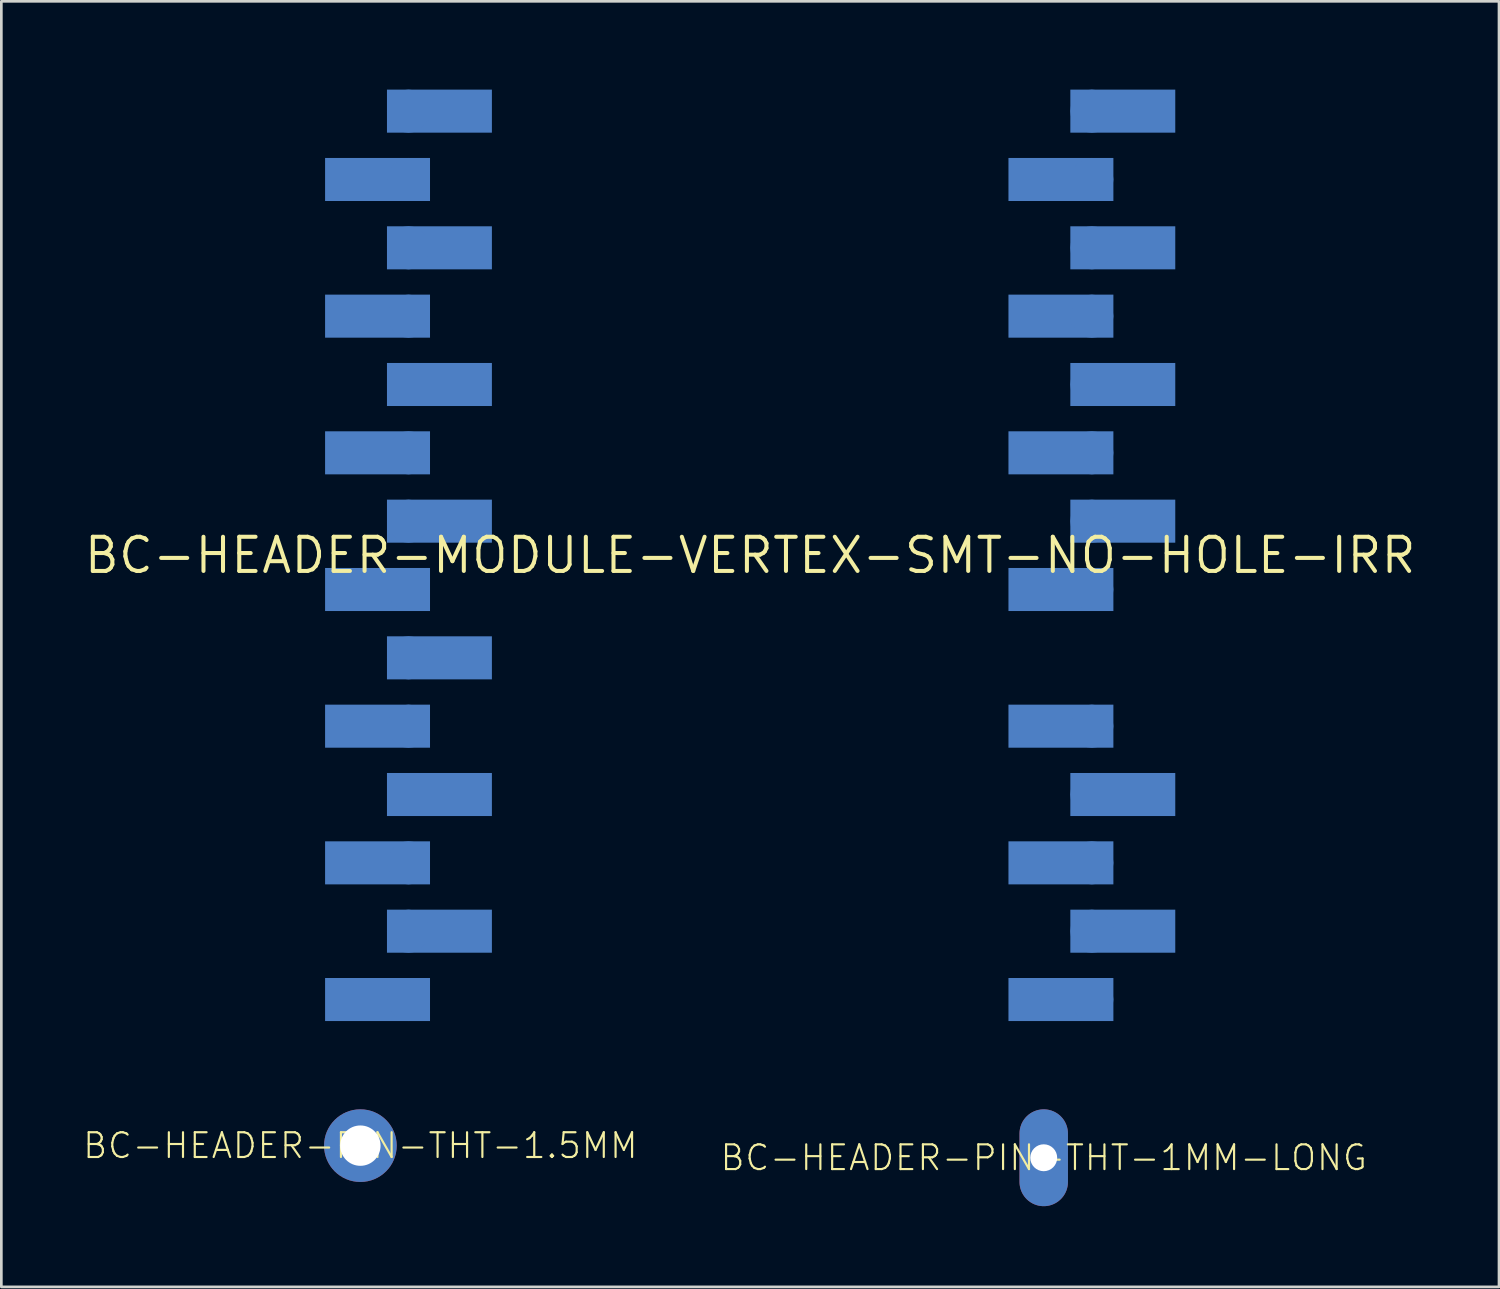
<source format=kicad_pcb>
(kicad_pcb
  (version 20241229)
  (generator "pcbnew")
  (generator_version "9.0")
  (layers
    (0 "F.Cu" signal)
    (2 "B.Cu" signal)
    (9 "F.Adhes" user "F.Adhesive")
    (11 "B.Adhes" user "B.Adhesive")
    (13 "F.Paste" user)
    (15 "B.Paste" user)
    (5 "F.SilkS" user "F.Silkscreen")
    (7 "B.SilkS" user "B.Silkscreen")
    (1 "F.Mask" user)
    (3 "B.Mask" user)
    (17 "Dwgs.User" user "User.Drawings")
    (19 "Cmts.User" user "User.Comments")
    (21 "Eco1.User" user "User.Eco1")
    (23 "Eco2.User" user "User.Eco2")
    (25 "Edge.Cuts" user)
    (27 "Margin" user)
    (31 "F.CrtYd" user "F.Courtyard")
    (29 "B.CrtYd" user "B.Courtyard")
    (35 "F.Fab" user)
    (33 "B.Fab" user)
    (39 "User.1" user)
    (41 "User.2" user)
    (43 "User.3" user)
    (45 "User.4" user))
  (footprint "BC-HEADER-MODULE-VERTEX-SMT-NO-HOLE-IRR"
    (layer "F.Cu")
    (at 24.833 17.591)
    (property "Reference" "BC-HEADER-MODULE-VERTEX-SMT-NO-HOLE-IRR" (at 0 0 0) (unlocked yes) (layer "F.SilkS") (effects (font (size 1.27 1.27) (thickness 0.15))))
    (fp_poly (pts (xy -11.9 -13.17) (xy -15.8 -13.17) (xy -15.8 -14.77) (xy -11.9 -14.77)) (stroke (width 0) (type default)) (fill yes) (layer "B.Cu"))
    (fp_poly (pts (xy -11.9 -8.09) (xy -15.8 -8.09) (xy -15.8 -9.69) (xy -11.9 -9.69)) (stroke (width 0) (type default)) (fill yes) (layer "B.Cu"))
    (fp_poly (pts (xy -11.9 -3.01) (xy -15.8 -3.01) (xy -15.8 -4.61) (xy -11.9 -4.61)) (stroke (width 0) (type default)) (fill yes) (layer "B.Cu"))
    (fp_poly (pts (xy -11.9 2.07) (xy -15.8 2.07) (xy -15.8 0.47) (xy -11.9 0.47)) (stroke (width 0) (type default)) (fill yes) (layer "B.Cu"))
    (fp_poly (pts (xy -11.9 7.15) (xy -15.8 7.15) (xy -15.8 5.55) (xy -11.9 5.55)) (stroke (width 0) (type default)) (fill yes) (layer "B.Cu"))
    (fp_poly (pts (xy -11.9 12.23) (xy -15.8 12.23) (xy -15.8 10.63) (xy -11.9 10.63)) (stroke (width 0) (type default)) (fill yes) (layer "B.Cu"))
    (fp_poly (pts (xy -11.9 17.31) (xy -15.8 17.31) (xy -15.8 15.71) (xy -11.9 15.71)) (stroke (width 0) (type default)) (fill yes) (layer "B.Cu"))
    (fp_poly (pts (xy -9.6 -15.71) (xy -13.5 -15.71) (xy -13.5 -17.31) (xy -9.6 -17.31)) (stroke (width 0) (type default)) (fill yes) (layer "B.Cu"))
    (fp_poly (pts (xy -9.6 -10.63) (xy -13.5 -10.63) (xy -13.5 -12.23) (xy -9.6 -12.23)) (stroke (width 0) (type default)) (fill yes) (layer "B.Cu"))
    (fp_poly (pts (xy -9.6 -5.55) (xy -13.5 -5.55) (xy -13.5 -7.15) (xy -9.6 -7.15)) (stroke (width 0) (type default)) (fill yes) (layer "B.Cu"))
    (fp_poly (pts (xy -9.6 -0.47) (xy -13.5 -0.47) (xy -13.5 -2.07) (xy -9.6 -2.07)) (stroke (width 0) (type default)) (fill yes) (layer "B.Cu"))
    (fp_poly (pts (xy -9.6 4.61) (xy -13.5 4.61) (xy -13.5 3.01) (xy -9.6 3.01)) (stroke (width 0) (type default)) (fill yes) (layer "B.Cu"))
    (fp_poly (pts (xy -9.6 9.69) (xy -13.5 9.69) (xy -13.5 8.09) (xy -9.6 8.09)) (stroke (width 0) (type default)) (fill yes) (layer "B.Cu"))
    (fp_poly (pts (xy -9.6 14.77) (xy -13.5 14.77) (xy -13.5 13.17) (xy -9.6 13.17)) (stroke (width 0) (type default)) (fill yes) (layer "B.Cu"))
    (fp_poly (pts (xy 13.5 -13.17) (xy 9.6 -13.17) (xy 9.6 -14.77) (xy 13.5 -14.77)) (stroke (width 0) (type default)) (fill yes) (layer "B.Cu"))
    (fp_poly (pts (xy 13.5 -8.09) (xy 9.6 -8.09) (xy 9.6 -9.69) (xy 13.5 -9.69)) (stroke (width 0) (type default)) (fill yes) (layer "B.Cu"))
    (fp_poly (pts (xy 13.5 -3.01) (xy 9.6 -3.01) (xy 9.6 -4.61) (xy 13.5 -4.61)) (stroke (width 0) (type default)) (fill yes) (layer "B.Cu"))
    (fp_poly (pts (xy 13.5 2.07) (xy 9.6 2.07) (xy 9.6 0.47) (xy 13.5 0.47)) (stroke (width 0) (type default)) (fill yes) (layer "B.Cu"))
    (fp_poly (pts (xy 13.5 7.15) (xy 9.6 7.15) (xy 9.6 5.55) (xy 13.5 5.55)) (stroke (width 0) (type default)) (fill yes) (layer "B.Cu"))
    (fp_poly (pts (xy 13.5 12.23) (xy 9.6 12.23) (xy 9.6 10.63) (xy 13.5 10.63)) (stroke (width 0) (type default)) (fill yes) (layer "B.Cu"))
    (fp_poly (pts (xy 13.5 17.31) (xy 9.6 17.31) (xy 9.6 15.71) (xy 13.5 15.71)) (stroke (width 0) (type default)) (fill yes) (layer "B.Cu"))
    (fp_poly (pts (xy 15.8 -15.71) (xy 11.9 -15.71) (xy 11.9 -17.31) (xy 15.8 -17.31)) (stroke (width 0) (type default)) (fill yes) (layer "B.Cu"))
    (fp_poly (pts (xy 15.8 -10.63) (xy 11.9 -10.63) (xy 11.9 -12.23) (xy 15.8 -12.23)) (stroke (width 0) (type default)) (fill yes) (layer "B.Cu"))
    (fp_poly (pts (xy 15.8 -5.55) (xy 11.9 -5.55) (xy 11.9 -7.15) (xy 15.8 -7.15)) (stroke (width 0) (type default)) (fill yes) (layer "B.Cu"))
    (fp_poly (pts (xy 15.8 -0.47) (xy 11.9 -0.47) (xy 11.9 -2.07) (xy 15.8 -2.07)) (stroke (width 0) (type default)) (fill yes) (layer "B.Cu"))
    (fp_poly (pts (xy 15.8 9.69) (xy 11.9 9.69) (xy 11.9 8.09) (xy 15.8 8.09)) (stroke (width 0) (type default)) (fill yes) (layer "B.Cu"))
    (fp_poly (pts (xy 15.8 14.77) (xy 11.9 14.77) (xy 11.9 13.17) (xy 15.8 13.17)) (stroke (width 0) (type default)) (fill yes) (layer "B.Cu"))
    (fp_poly (pts (xy -15.9 -13.07) (xy -11.8 -13.07) (xy -11.8 -14.87) (xy -15.9 -14.87)) (stroke (width 0) (type default)) (fill yes) (layer "B.Mask"))
    (fp_poly (pts (xy -15.9 -7.99) (xy -11.8 -7.99) (xy -11.8 -9.79) (xy -15.9 -9.79)) (stroke (width 0) (type default)) (fill yes) (layer "B.Mask"))
    (fp_poly (pts (xy -15.9 -2.91) (xy -11.8 -2.91) (xy -11.8 -4.71) (xy -15.9 -4.71)) (stroke (width 0) (type default)) (fill yes) (layer "B.Mask"))
    (fp_poly (pts (xy -15.9 2.17) (xy -11.8 2.17) (xy -11.8 0.37) (xy -15.9 0.37)) (stroke (width 0) (type default)) (fill yes) (layer "B.Mask"))
    (fp_poly (pts (xy -15.9 7.25) (xy -11.8 7.25) (xy -11.8 5.45) (xy -15.9 5.45)) (stroke (width 0) (type default)) (fill yes) (layer "B.Mask"))
    (fp_poly (pts (xy -15.9 12.33) (xy -11.8 12.33) (xy -11.8 10.53) (xy -15.9 10.53)) (stroke (width 0) (type default)) (fill yes) (layer "B.Mask"))
    (fp_poly (pts (xy -15.9 17.41) (xy -11.8 17.41) (xy -11.8 15.61) (xy -15.9 15.61)) (stroke (width 0) (type default)) (fill yes) (layer "B.Mask"))
    (fp_poly (pts (xy -9.5 -17.41) (xy -13.6 -17.41) (xy -13.6 -15.61) (xy -9.5 -15.61)) (stroke (width 0) (type default)) (fill yes) (layer "B.Mask"))
    (fp_poly (pts (xy -9.5 -12.33) (xy -13.6 -12.33) (xy -13.6 -10.53) (xy -9.5 -10.53)) (stroke (width 0) (type default)) (fill yes) (layer "B.Mask"))
    (fp_poly (pts (xy -9.5 -7.25) (xy -13.6 -7.25) (xy -13.6 -5.45) (xy -9.5 -5.45)) (stroke (width 0) (type default)) (fill yes) (layer "B.Mask"))
    (fp_poly (pts (xy -9.5 -2.17) (xy -13.6 -2.17) (xy -13.6 -0.37) (xy -9.5 -0.37)) (stroke (width 0) (type default)) (fill yes) (layer "B.Mask"))
    (fp_poly (pts (xy -9.5 2.91) (xy -13.6 2.91) (xy -13.6 4.71) (xy -9.5 4.71)) (stroke (width 0) (type default)) (fill yes) (layer "B.Mask"))
    (fp_poly (pts (xy -9.5 7.99) (xy -13.6 7.99) (xy -13.6 9.79) (xy -9.5 9.79)) (stroke (width 0) (type default)) (fill yes) (layer "B.Mask"))
    (fp_poly (pts (xy -9.5 13.07) (xy -13.6 13.07) (xy -13.6 14.87) (xy -9.5 14.87)) (stroke (width 0) (type default)) (fill yes) (layer "B.Mask"))
    (fp_poly (pts (xy 9.5 -13.07) (xy 13.6 -13.07) (xy 13.6 -14.87) (xy 9.5 -14.87)) (stroke (width 0) (type default)) (fill yes) (layer "B.Mask"))
    (fp_poly (pts (xy 9.5 -7.99) (xy 13.6 -7.99) (xy 13.6 -9.79) (xy 9.5 -9.79)) (stroke (width 0) (type default)) (fill yes) (layer "B.Mask"))
    (fp_poly (pts (xy 9.5 -2.91) (xy 13.6 -2.91) (xy 13.6 -4.71) (xy 9.5 -4.71)) (stroke (width 0) (type default)) (fill yes) (layer "B.Mask"))
    (fp_poly (pts (xy 9.5 2.17) (xy 13.6 2.17) (xy 13.6 0.37) (xy 9.5 0.37)) (stroke (width 0) (type default)) (fill yes) (layer "B.Mask"))
    (fp_poly (pts (xy 9.5 7.25) (xy 13.6 7.25) (xy 13.6 5.45) (xy 9.5 5.45)) (stroke (width 0) (type default)) (fill yes) (layer "B.Mask"))
    (fp_poly (pts (xy 9.5 12.33) (xy 13.6 12.33) (xy 13.6 10.53) (xy 9.5 10.53)) (stroke (width 0) (type default)) (fill yes) (layer "B.Mask"))
    (fp_poly (pts (xy 9.5 17.41) (xy 13.6 17.41) (xy 13.6 15.61) (xy 9.5 15.61)) (stroke (width 0) (type default)) (fill yes) (layer "B.Mask"))
    (fp_poly (pts (xy 15.9 -17.41) (xy 11.8 -17.41) (xy 11.8 -15.61) (xy 15.9 -15.61)) (stroke (width 0) (type default)) (fill yes) (layer "B.Mask"))
    (fp_poly (pts (xy 15.9 -12.33) (xy 11.8 -12.33) (xy 11.8 -10.53) (xy 15.9 -10.53)) (stroke (width 0) (type default)) (fill yes) (layer "B.Mask"))
    (fp_poly (pts (xy 15.9 -7.25) (xy 11.8 -7.25) (xy 11.8 -5.45) (xy 15.9 -5.45)) (stroke (width 0) (type default)) (fill yes) (layer "B.Mask"))
    (fp_poly (pts (xy 15.9 -2.17) (xy 11.8 -2.17) (xy 11.8 -0.37) (xy 15.9 -0.37)) (stroke (width 0) (type default)) (fill yes) (layer "B.Mask"))
    (fp_poly (pts (xy 15.9 7.99) (xy 11.8 7.99) (xy 11.8 9.79) (xy 15.9 9.79)) (stroke (width 0) (type default)) (fill yes) (layer "B.Mask"))
    (fp_poly (pts (xy 15.9 13.07) (xy 11.8 13.07) (xy 11.8 14.87) (xy 15.9 14.87)) (stroke (width 0) (type default)) (fill yes) (layer "B.Mask"))
    (fp_poly (pts (xy -15.899 -12.889) (xy -11.802 -12.889) (xy -11.802 -15.051) (xy -15.899 -15.051)) (stroke (width 0) (type default)) (fill yes) (layer "B.Paste"))
    (fp_poly (pts (xy -15.899 -7.809) (xy -11.802 -7.809) (xy -11.802 -9.971) (xy -15.899 -9.971)) (stroke (width 0) (type default)) (fill yes) (layer "B.Paste"))
    (fp_poly (pts (xy -15.899 -2.729) (xy -11.802 -2.729) (xy -11.802 -4.891) (xy -15.899 -4.891)) (stroke (width 0) (type default)) (fill yes) (layer "B.Paste"))
    (fp_poly (pts (xy -15.899 2.351) (xy -11.802 2.351) (xy -11.802 0.189) (xy -15.899 0.189)) (stroke (width 0) (type default)) (fill yes) (layer "B.Paste"))
    (fp_poly (pts (xy -15.899 7.431) (xy -11.802 7.431) (xy -11.802 5.269) (xy -15.899 5.269)) (stroke (width 0) (type default)) (fill yes) (layer "B.Paste"))
    (fp_poly (pts (xy -15.899 12.511) (xy -11.802 12.511) (xy -11.802 10.349) (xy -15.899 10.349)) (stroke (width 0) (type default)) (fill yes) (layer "B.Paste"))
    (fp_poly (pts (xy -15.899 17.591) (xy -11.802 17.591) (xy -11.802 15.429) (xy -15.899 15.429)) (stroke (width 0) (type default)) (fill yes) (layer "B.Paste"))
    (fp_poly (pts (xy -9.501 -17.591) (xy -13.598 -17.591) (xy -13.598 -15.429) (xy -9.501 -15.429)) (stroke (width 0) (type default)) (fill yes) (layer "B.Paste"))
    (fp_poly (pts (xy -9.501 -12.511) (xy -13.598 -12.511) (xy -13.598 -10.349) (xy -9.501 -10.349)) (stroke (width 0) (type default)) (fill yes) (layer "B.Paste"))
    (fp_poly (pts (xy -9.501 -7.431) (xy -13.598 -7.431) (xy -13.598 -5.269) (xy -9.501 -5.269)) (stroke (width 0) (type default)) (fill yes) (layer "B.Paste"))
    (fp_poly (pts (xy -9.501 -2.351) (xy -13.598 -2.351) (xy -13.598 -0.189) (xy -9.501 -0.189)) (stroke (width 0) (type default)) (fill yes) (layer "B.Paste"))
    (fp_poly (pts (xy -9.501 2.729) (xy -13.598 2.729) (xy -13.598 4.891) (xy -9.501 4.891)) (stroke (width 0) (type default)) (fill yes) (layer "B.Paste"))
    (fp_poly (pts (xy -9.501 7.809) (xy -13.598 7.809) (xy -13.598 9.971) (xy -9.501 9.971)) (stroke (width 0) (type default)) (fill yes) (layer "B.Paste"))
    (fp_poly (pts (xy -9.501 12.889) (xy -13.598 12.889) (xy -13.598 15.051) (xy -9.501 15.051)) (stroke (width 0) (type default)) (fill yes) (layer "B.Paste"))
    (fp_poly (pts (xy 9.501 -12.889) (xy 13.598 -12.889) (xy 13.598 -15.051) (xy 9.501 -15.051)) (stroke (width 0) (type default)) (fill yes) (layer "B.Paste"))
    (fp_poly (pts (xy 9.501 -7.809) (xy 13.598 -7.809) (xy 13.598 -9.971) (xy 9.501 -9.971)) (stroke (width 0) (type default)) (fill yes) (layer "B.Paste"))
    (fp_poly (pts (xy 9.501 -2.729) (xy 13.598 -2.729) (xy 13.598 -4.891) (xy 9.501 -4.891)) (stroke (width 0) (type default)) (fill yes) (layer "B.Paste"))
    (fp_poly (pts (xy 9.501 2.351) (xy 13.598 2.351) (xy 13.598 0.189) (xy 9.501 0.189)) (stroke (width 0) (type default)) (fill yes) (layer "B.Paste"))
    (fp_poly (pts (xy 9.501 7.431) (xy 13.598 7.431) (xy 13.598 5.269) (xy 9.501 5.269)) (stroke (width 0) (type default)) (fill yes) (layer "B.Paste"))
    (fp_poly (pts (xy 9.501 12.511) (xy 13.598 12.511) (xy 13.598 10.349) (xy 9.501 10.349)) (stroke (width 0) (type default)) (fill yes) (layer "B.Paste"))
    (fp_poly (pts (xy 9.501 17.591) (xy 13.598 17.591) (xy 13.598 15.429) (xy 9.501 15.429)) (stroke (width 0) (type default)) (fill yes) (layer "B.Paste"))
    (fp_poly (pts (xy 15.899 -17.591) (xy 11.802 -17.591) (xy 11.802 -15.429) (xy 15.899 -15.429)) (stroke (width 0) (type default)) (fill yes) (layer "B.Paste"))
    (fp_poly (pts (xy 15.899 -12.511) (xy 11.802 -12.511) (xy 11.802 -10.349) (xy 15.899 -10.349)) (stroke (width 0) (type default)) (fill yes) (layer "B.Paste"))
    (fp_poly (pts (xy 15.899 -7.431) (xy 11.802 -7.431) (xy 11.802 -5.269) (xy 15.899 -5.269)) (stroke (width 0) (type default)) (fill yes) (layer "B.Paste"))
    (fp_poly (pts (xy 15.899 -2.351) (xy 11.802 -2.351) (xy 11.802 -0.189) (xy 15.899 -0.189)) (stroke (width 0) (type default)) (fill yes) (layer "B.Paste"))
    (fp_poly (pts (xy 15.899 7.809) (xy 11.802 7.809) (xy 11.802 9.971) (xy 15.899 9.971)) (stroke (width 0) (type default)) (fill yes) (layer "B.Paste"))
    (fp_poly (pts (xy 15.899 12.889) (xy 11.802 12.889) (xy 11.802 15.051) (xy 15.899 15.051)) (stroke (width 0) (type default)) (fill yes) (layer "B.Paste"))
    (pad "1" smd roundrect (at -12.7 -16.51) (size 1.6 1.6) (layers "B.Cu") (roundrect_rratio 0.5))
    (pad "2" smd roundrect (at -12.7 -13.97) (size 1.6 1.6) (layers "B.Cu") (roundrect_rratio 0.5))
    (pad "3" smd roundrect (at -12.7 -11.43) (size 1.6 1.6) (layers "B.Cu") (roundrect_rratio 0.5))
    (pad "4" smd roundrect (at -12.7 -8.89) (size 1.6 1.6) (layers "B.Cu") (roundrect_rratio 0.5))
    (pad "5" smd roundrect (at -12.7 -6.35) (size 1.6 1.6) (layers "B.Cu") (roundrect_rratio 0.5))
    (pad "6" smd roundrect (at -12.7 -3.81) (size 1.6 1.6) (layers "B.Cu") (roundrect_rratio 0.5))
    (pad "7" smd roundrect (at -12.7 -1.27) (size 1.6 1.6) (layers "B.Cu") (roundrect_rratio 0.5))
    (pad "8" smd roundrect (at -12.7 1.27) (size 1.6 1.6) (layers "B.Cu") (roundrect_rratio 0.5))
    (pad "9" smd roundrect (at -12.7 3.81) (size 1.6 1.6) (layers "B.Cu") (roundrect_rratio 0.5))
    (pad "10" smd roundrect (at -12.7 6.35) (size 1.6 1.6) (layers "B.Cu") (roundrect_rratio 0.5))
    (pad "11" smd roundrect (at -12.7 8.89) (size 1.6 1.6) (layers "B.Cu") (roundrect_rratio 0.5))
    (pad "12" smd roundrect (at -12.7 11.43) (size 1.6 1.6) (layers "B.Cu") (roundrect_rratio 0.5))
    (pad "13" smd roundrect (at -12.7 13.97) (size 1.6 1.6) (layers "B.Cu") (roundrect_rratio 0.5))
    (pad "14" smd roundrect (at -12.7 16.51) (size 1.6 1.6) (layers "B.Cu") (roundrect_rratio 0.5))
    (pad "15" smd roundrect (at 12.7 16.51) (size 1.6 1.6) (layers "B.Cu") (roundrect_rratio 0.5))
    (pad "16" smd roundrect (at 12.7 13.97) (size 1.6 1.6) (layers "B.Cu") (roundrect_rratio 0.5))
    (pad "17" smd roundrect (at 12.7 11.43) (size 1.6 1.6) (layers "B.Cu") (roundrect_rratio 0.5))
    (pad "18" smd roundrect (at 12.7 8.89) (size 1.6 1.6) (layers "B.Cu") (roundrect_rratio 0.5))
    (pad "19" smd roundrect (at 12.7 6.35) (size 1.6 1.6) (layers "B.Cu") (roundrect_rratio 0.5))
    (pad "21" smd roundrect (at 12.7 1.27) (size 1.6 1.6) (layers "B.Cu") (roundrect_rratio 0.5))
    (pad "22" smd roundrect (at 12.7 -1.27) (size 1.6 1.6) (layers "B.Cu") (roundrect_rratio 0.5))
    (pad "23" smd roundrect (at 12.7 -3.81) (size 1.6 1.6) (layers "B.Cu") (roundrect_rratio 0.5))
    (pad "24" smd roundrect (at 12.7 -6.35) (size 1.6 1.6) (layers "B.Cu") (roundrect_rratio 0.5))
    (pad "25" smd roundrect (at 12.7 -8.89) (size 1.6 1.6) (layers "B.Cu") (roundrect_rratio 0.5))
    (pad "26" smd roundrect (at 12.7 -11.43) (size 1.6 1.6) (layers "B.Cu") (roundrect_rratio 0.5))
    (pad "27" smd roundrect (at 12.7 -13.97) (size 1.6 1.6) (layers "B.Cu") (roundrect_rratio 0.5))
    (pad "28" smd roundrect (at 12.7 -16.51) (size 1.6 1.6) (layers "B.Cu") (roundrect_rratio 0.5)))
  (footprint "BC-HEADER-PIN-THT-1MM-LONG"
    (layer "F.Cu")
    (at 35.744 39.982)
    (property "Reference" "BC-HEADER-PIN-THT-1MM-LONG" (at 0 0 0) (unlocked yes) (layer "F.SilkS") (effects (font (size 0.92 0.92) (thickness 0.08))))
    (pad "0" thru_hole oval (at 0 0 90) (size 3.6 1.8) (drill 1) (layers "*.Cu" "*.Mask")))
  (footprint "BC-HEADER-PIN-THT-1.5MM"
    (layer "F.Cu")
    (at 10.345 39.532)
    (property "Reference" "BC-HEADER-PIN-THT-1.5MM" (at 0 0 0) (unlocked yes) (layer "F.SilkS") (effects (font (size 0.92 0.92) (thickness 0.08))))
    (pad "0" thru_hole circle (at 0 0) (size 2.7 2.7) (drill 1.5) (layers "*.Cu" "*.Mask")))
  (gr_rect
    (start -3 -3)
    (end 52.666 44.782)
    (stroke (width 0.1) (type default))
    (fill no)
    (layer "Edge.Cuts")))
</source>
